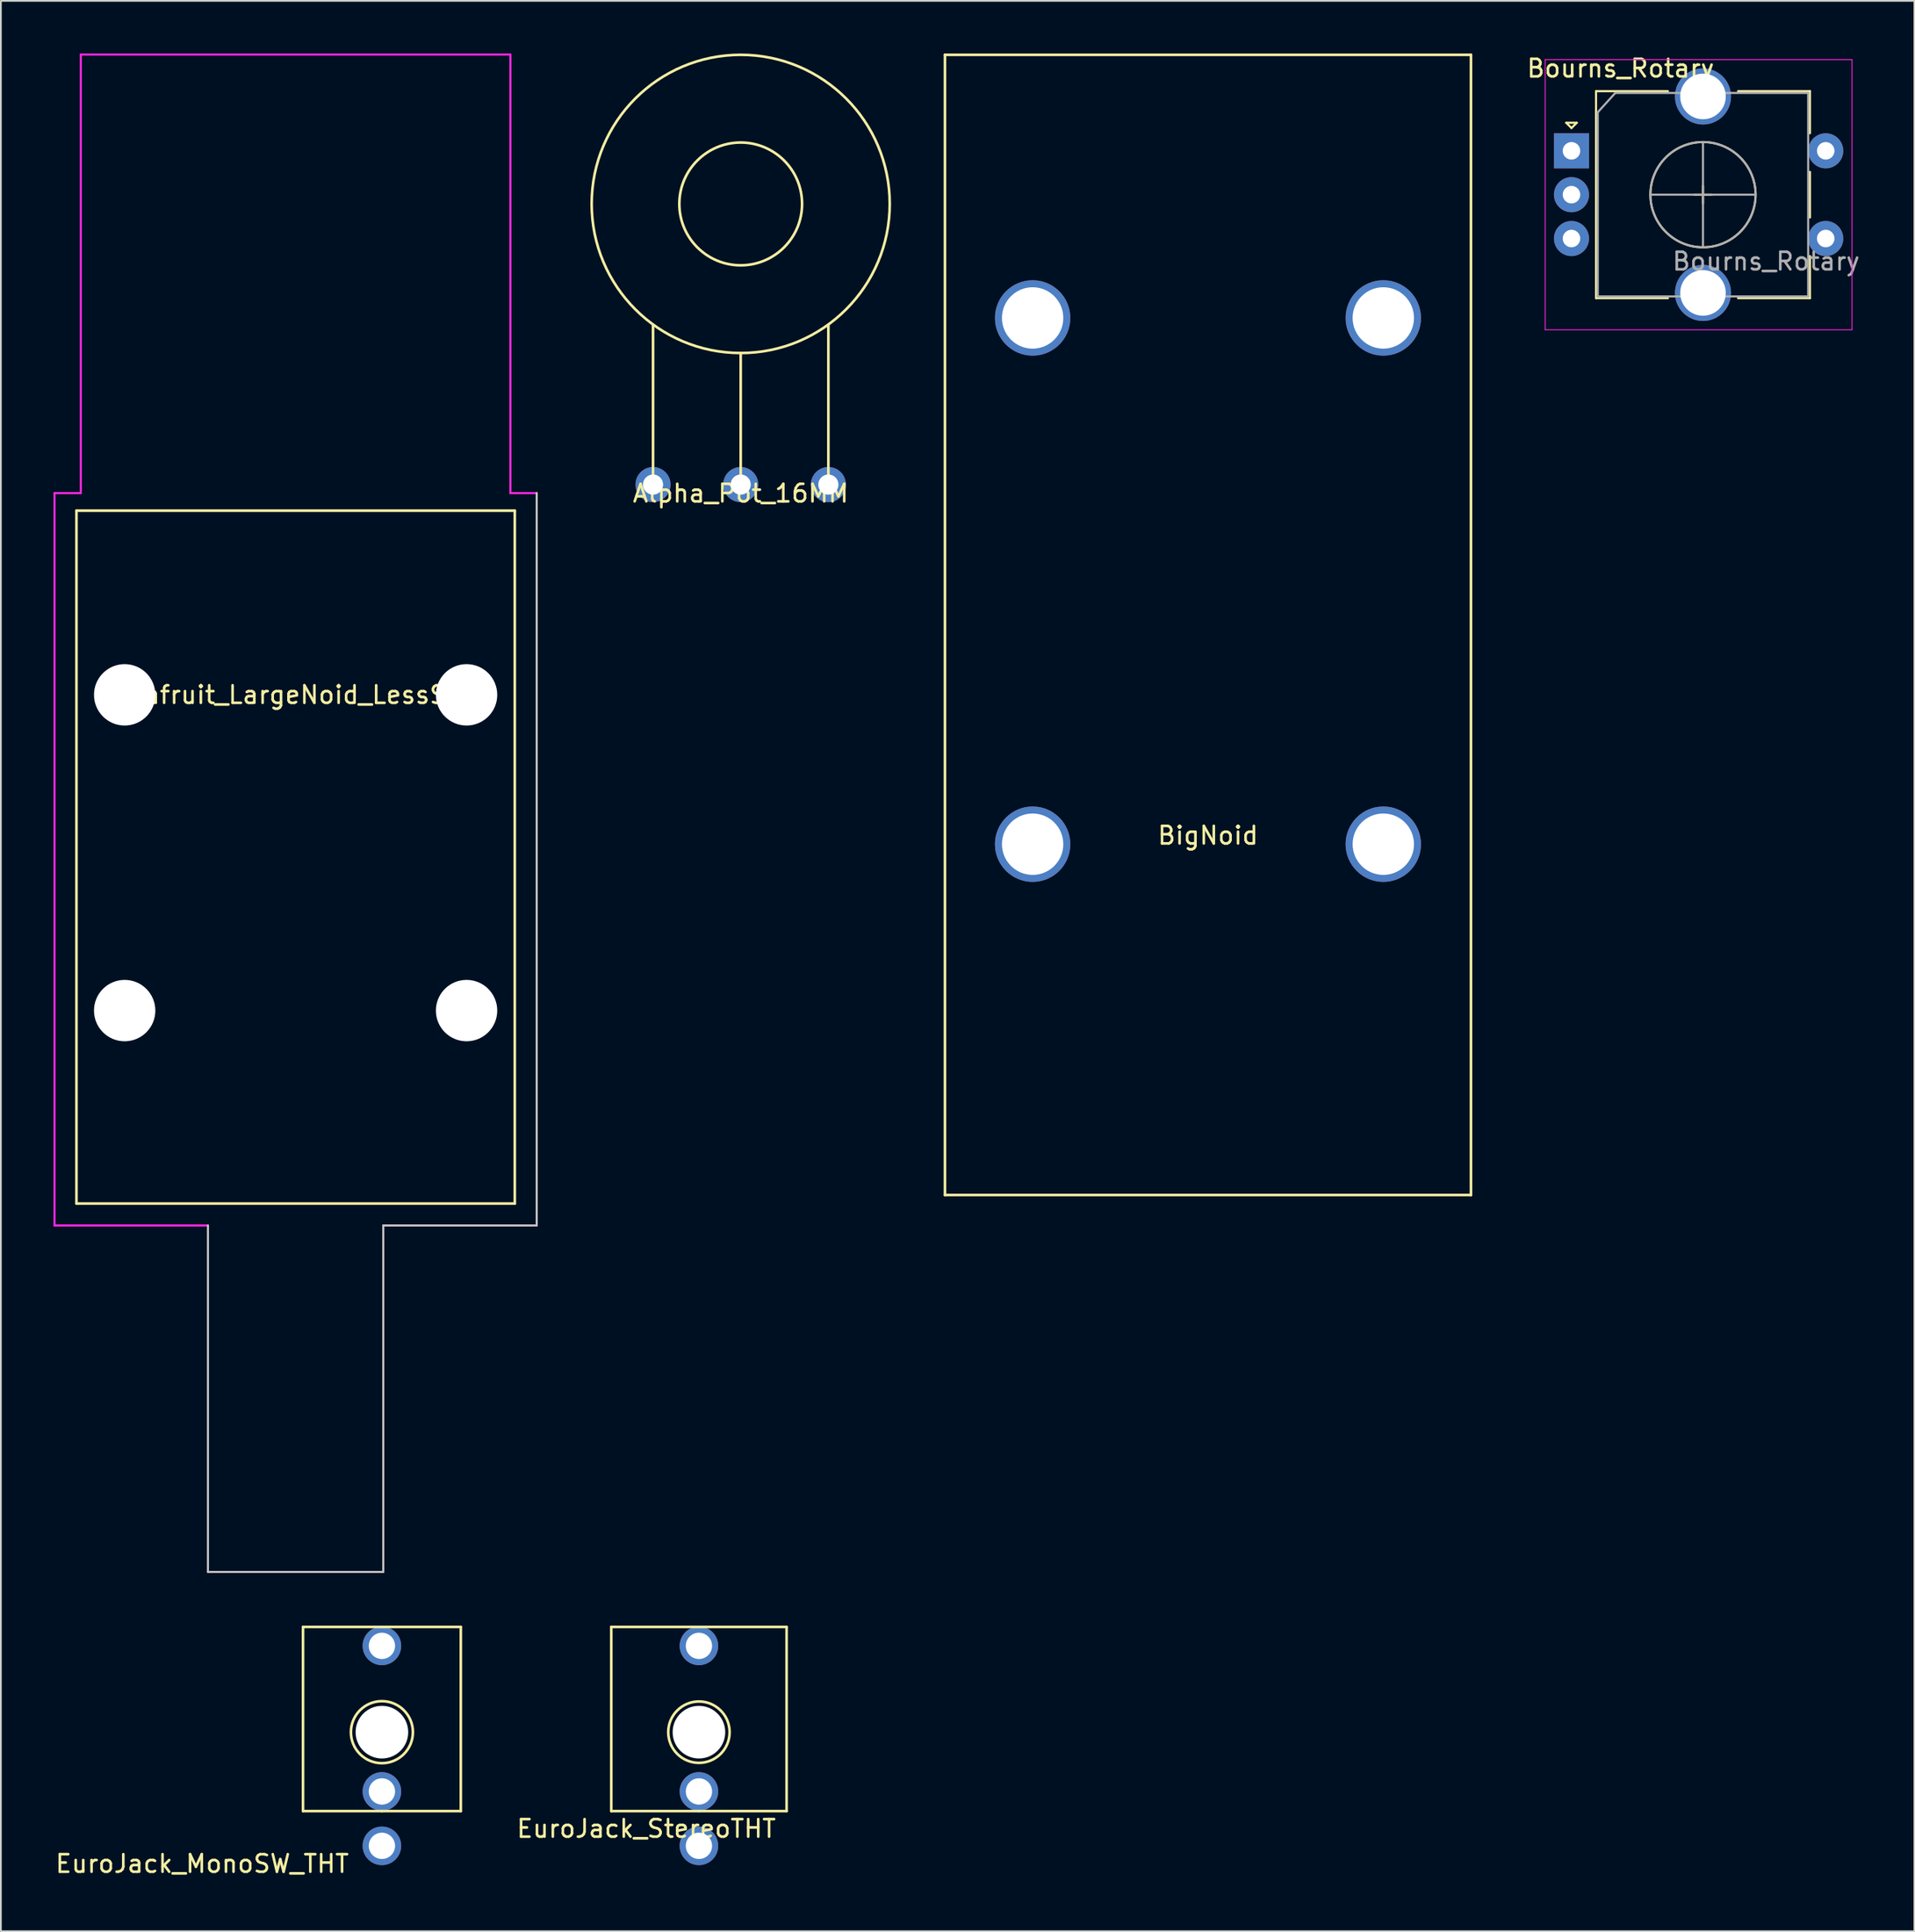
<source format=kicad_pcb>
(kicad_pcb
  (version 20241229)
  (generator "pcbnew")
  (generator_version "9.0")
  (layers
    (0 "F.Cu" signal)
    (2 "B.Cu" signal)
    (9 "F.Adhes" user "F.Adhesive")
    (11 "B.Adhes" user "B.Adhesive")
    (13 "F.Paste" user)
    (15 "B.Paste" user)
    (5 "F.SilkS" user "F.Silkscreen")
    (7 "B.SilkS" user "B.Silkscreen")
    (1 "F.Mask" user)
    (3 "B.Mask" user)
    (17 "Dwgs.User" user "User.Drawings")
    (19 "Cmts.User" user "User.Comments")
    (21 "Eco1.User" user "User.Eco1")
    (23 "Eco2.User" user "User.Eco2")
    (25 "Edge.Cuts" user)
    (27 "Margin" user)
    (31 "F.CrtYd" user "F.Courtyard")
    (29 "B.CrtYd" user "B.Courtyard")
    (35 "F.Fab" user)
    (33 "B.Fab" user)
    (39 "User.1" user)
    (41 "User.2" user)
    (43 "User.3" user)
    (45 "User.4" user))
  (footprint "Alpha_Pot_16MM"
    (layer "F.Cu")
    (at 39.195 24.575)
    (property "Reference" "Alpha_Pot_16MM" (at 0 0.5 0) (layer "F.SilkS") (effects (font (size 1 1) (thickness 0.15))))
    (attr through_hole)
    (fp_line (start -5 0) (end -5 -9.1) (stroke (width 0.15) (type solid)) (layer "F.SilkS"))
    (fp_line (start 0 0) (end 0 -7.5) (stroke (width 0.15) (type solid)) (layer "F.SilkS"))
    (fp_line (start 5 0) (end 5 -9.1) (stroke (width 0.15) (type solid)) (layer "F.SilkS"))
    (fp_circle (center 0 -16) (end 0 -12.5) (stroke (width 0.15) (type solid)) (fill no) (layer "F.SilkS"))
    (fp_circle (center 0 -16) (end 0 -7.5) (stroke (width 0.15) (type solid)) (fill no) (layer "F.SilkS"))
    (pad "1" thru_hole circle (at -5 0) (size 2 2) (drill 1.15) (layers "*.Cu" "*.Mask"))
    (pad "2" thru_hole circle (at 0 0) (size 2 2) (drill 1.15) (layers "*.Cu" "*.Mask"))
    (pad "3" thru_hole circle (at 5 0) (size 2 2) (drill 1.15) (layers "*.Cu" "*.Mask")))
  (footprint "Adafruit_LargeNoid_LessSilk"
    (layer "F.Cu")
    (at 13.81 36.56)
    (property "Reference" "Adafruit_LargeNoid_LessSilk" (at 0 0 0) (layer "F.SilkS") (effects (font (size 1 1) (thickness 0.15))))
    (attr through_hole)
    (fp_line (start -12.5 -10.5) (end -12.5 29) (stroke (width 0.15) (type solid)) (layer "F.SilkS"))
    (fp_line (start -12.5 29) (end 12.5 29) (stroke (width 0.15) (type solid)) (layer "F.SilkS"))
    (fp_line (start 12.5 -10.5) (end -12.5 -10.5) (stroke (width 0.15) (type solid)) (layer "F.SilkS"))
    (fp_line (start 12.5 29) (end 12.5 -10.5) (stroke (width 0.15) (type solid)) (layer "F.SilkS"))
    (fp_line (start -5 30.25) (end -5 50) (stroke (width 0.12) (type solid)) (layer "Dwgs.User"))
    (fp_line (start -5 50) (end 5 50) (stroke (width 0.12) (type solid)) (layer "Dwgs.User"))
    (fp_line (start 5 30.25) (end 13.75 30.25) (stroke (width 0.12) (type solid)) (layer "Dwgs.User"))
    (fp_line (start 5 50) (end 5 30.25) (stroke (width 0.12) (type solid)) (layer "Dwgs.User"))
    (fp_line (start 13.75 30.25) (end 13.75 -11.5) (stroke (width 0.12) (type solid)) (layer "Dwgs.User"))
    (fp_line (start -13.75 -11.5) (end -13.75 30.25) (stroke (width 0.12) (type solid)) (layer "F.CrtYd"))
    (fp_line (start -13.75 -11.5) (end -12.25 -11.5) (stroke (width 0.12) (type solid)) (layer "F.CrtYd"))
    (fp_line (start -13.75 30.25) (end -5 30.25) (stroke (width 0.12) (type solid)) (layer "F.CrtYd"))
    (fp_line (start -12.25 -36.5) (end 12.25 -36.5) (stroke (width 0.12) (type solid)) (layer "F.CrtYd"))
    (fp_line (start -12.25 -11.5) (end -12.25 -36.5) (stroke (width 0.12) (type solid)) (layer "F.CrtYd"))
    (fp_line (start 12.25 -11.5) (end 12.25 -36.5) (stroke (width 0.12) (type solid)) (layer "F.CrtYd"))
    (fp_line (start 13.75 -11.5) (end 12.25 -11.5) (stroke (width 0.12) (type solid)) (layer "F.CrtYd"))
    (pad "" np_thru_hole circle (at -9.75 0) (size 3.5 3.5) (drill 3.5) (layers "*.Cu" "*.Mask"))
    (pad "" np_thru_hole circle (at -9.75 18) (size 3.5 3.5) (drill 3.5) (layers "*.Cu" "*.Mask"))
    (pad "" np_thru_hole circle (at 9.75 0) (size 3.5 3.5) (drill 3.5) (layers "*.Cu" "*.Mask"))
    (pad "" np_thru_hole circle (at 9.75 18) (size 3.5 3.5) (drill 3.5) (layers "*.Cu" "*.Mask")))
  (footprint "EuroJack_MonoSW_THT"
    (layer "F.Cu")
    (at 18.732 95.695)
    (property "Reference" "EuroJack_MonoSW_THT" (at -10.25 7.5 0) (layer "F.SilkS") (effects (font (size 1 1) (thickness 0.15))))
    (attr through_hole)
    (fp_line (start -4.5 -6) (end 4.5 -6) (stroke (width 0.15) (type solid)) (layer "F.SilkS"))
    (fp_line (start -4.5 4.5) (end -4.5 -6) (stroke (width 0.15) (type solid)) (layer "F.SilkS"))
    (fp_line (start 0 4.5) (end -4.5 4.5) (stroke (width 0.15) (type solid)) (layer "F.SilkS"))
    (fp_line (start 4.5 -6) (end 4.5 4.5) (stroke (width 0.15) (type solid)) (layer "F.SilkS"))
    (fp_line (start 4.5 4.5) (end 0 4.5) (stroke (width 0.15) (type solid)) (layer "F.SilkS"))
    (fp_circle (center 0 0) (end 0.25 1.75) (stroke (width 0.15) (type solid)) (fill no) (layer "F.SilkS"))
    (pad "" np_thru_hole circle (at 0 0) (size 3 3) (drill 3) (layers "*.Cu" "*.Mask"))
    (pad "1" thru_hole circle (at 0 -4.92) (size 2.2 2.2) (drill 1.5) (layers "*.Cu" "*.Mask"))
    (pad "2" thru_hole circle (at 0 6.48) (size 2.2 2.2) (drill 1.5) (layers "*.Cu" "*.Mask"))
    (pad "3" thru_hole circle (at 0 3.38) (size 2.2 2.2) (drill 1.5) (layers "*.Cu" "*.Mask")))
  (footprint "BigNoid"
    (layer "F.Cu")
    (at 65.845 65.075)
    (property "Reference" "BigNoid" (at 0 -20.5 0) (layer "F.SilkS") (effects (font (size 1 1) (thickness 0.15))))
    (attr through_hole)
    (fp_line (start -15 -65) (end 15 -65) (stroke (width 0.15) (type solid)) (layer "F.SilkS"))
    (fp_line (start -15 0) (end -15 -65) (stroke (width 0.15) (type solid)) (layer "F.SilkS"))
    (fp_line (start -15 0) (end 15 0) (stroke (width 0.15) (type solid)) (layer "F.SilkS"))
    (fp_line (start 15 -65) (end 15 0) (stroke (width 0.15) (type solid)) (layer "F.SilkS"))
    (pad "" np_thru_hole circle (at -10 -50) (size 4.3 4.3) (drill 3.5) (layers "*.Cu" "*.Mask"))
    (pad "" np_thru_hole circle (at -10 -20) (size 4.3 4.3) (drill 3.5) (layers "*.Cu" "*.Mask"))
    (pad "" np_thru_hole circle (at 10 -50) (size 4.3 4.3) (drill 3.5) (layers "*.Cu" "*.Mask"))
    (pad "" np_thru_hole circle (at 10 -20) (size 4.3 4.3) (drill 3.5) (layers "*.Cu" "*.Mask")))
  (footprint "Bourns_Rotary"
    (layer "F.Cu")
    (at 86.578 5.548)
    (property "Reference" "Bourns_Rotary" (at 2.8 -4.7 0) (layer "F.SilkS") (effects (font (size 1 1) (thickness 0.15))))
    (attr through_hole)
    (fp_line (start -0.3 -1.6) (end 0.3 -1.6) (stroke (width 0.12) (type solid)) (layer "F.SilkS"))
    (fp_line (start 0 -1.3) (end -0.3 -1.6) (stroke (width 0.12) (type solid)) (layer "F.SilkS"))
    (fp_line (start 0.3 -1.6) (end 0 -1.3) (stroke (width 0.12) (type solid)) (layer "F.SilkS"))
    (fp_line (start 1.4 -3.4) (end 1.4 8.4) (stroke (width 0.12) (type solid)) (layer "F.SilkS"))
    (fp_line (start 5.5 -3.4) (end 1.4 -3.4) (stroke (width 0.12) (type solid)) (layer "F.SilkS"))
    (fp_line (start 5.5 8.4) (end 1.4 8.4) (stroke (width 0.12) (type solid)) (layer "F.SilkS"))
    (fp_line (start 7 2.5) (end 8 2.5) (stroke (width 0.12) (type solid)) (layer "F.SilkS"))
    (fp_line (start 7.5 2) (end 7.5 3) (stroke (width 0.12) (type solid)) (layer "F.SilkS"))
    (fp_line (start 9.5 -3.4) (end 13.6 -3.4) (stroke (width 0.12) (type solid)) (layer "F.SilkS"))
    (fp_line (start 13.6 -3.4) (end 13.6 -1) (stroke (width 0.12) (type solid)) (layer "F.SilkS"))
    (fp_line (start 13.6 1.2) (end 13.6 3.8) (stroke (width 0.12) (type solid)) (layer "F.SilkS"))
    (fp_line (start 13.6 6) (end 13.6 8.4) (stroke (width 0.12) (type solid)) (layer "F.SilkS"))
    (fp_line (start 13.6 8.4) (end 9.5 8.4) (stroke (width 0.12) (type solid)) (layer "F.SilkS"))
    (fp_circle (center 7.5 2.5) (end 10.5 2.5) (stroke (width 0.12) (type solid)) (fill no) (layer "F.SilkS"))
    (fp_line (start -1.5 -5.2) (end -1.5 10.2) (stroke (width 0.05) (type solid)) (layer "F.CrtYd"))
    (fp_line (start -1.5 -5.2) (end 16 -5.2) (stroke (width 0.05) (type solid)) (layer "F.CrtYd"))
    (fp_line (start 16 10.2) (end -1.5 10.2) (stroke (width 0.05) (type solid)) (layer "F.CrtYd"))
    (fp_line (start 16 10.2) (end 16 -5.2) (stroke (width 0.05) (type solid)) (layer "F.CrtYd"))
    (fp_line (start 1.5 -2.2) (end 2.5 -3.3) (stroke (width 0.12) (type solid)) (layer "F.Fab"))
    (fp_line (start 1.5 8.3) (end 1.5 -2.2) (stroke (width 0.12) (type solid)) (layer "F.Fab"))
    (fp_line (start 2.5 -3.3) (end 13.5 -3.3) (stroke (width 0.12) (type solid)) (layer "F.Fab"))
    (fp_line (start 4.5 2.5) (end 10.5 2.5) (stroke (width 0.12) (type solid)) (layer "F.Fab"))
    (fp_line (start 7.5 -0.5) (end 7.5 5.5) (stroke (width 0.12) (type solid)) (layer "F.Fab"))
    (fp_line (start 13.5 -3.3) (end 13.5 8.3) (stroke (width 0.12) (type solid)) (layer "F.Fab"))
    (fp_line (start 13.5 8.3) (end 1.5 8.3) (stroke (width 0.12) (type solid)) (layer "F.Fab"))
    (fp_circle (center 7.5 2.5) (end 10.5 2.5) (stroke (width 0.12) (type solid)) (fill no) (layer "F.Fab"))
    (fp_text user "${REFERENCE}" (at 11.1 6.3 0) (layer "F.Fab") (effects (font (size 1 1) (thickness 0.15))))
    (pad "" thru_hole circle (at 7.5 -3.1) (size 3.2 3.2) (drill 2.6) (layers "*.Cu" "*.Mask"))
    (pad "" thru_hole circle (at 7.5 8.1) (size 3.2 3.2) (drill 2.6) (layers "*.Cu" "*.Mask"))
    (pad "A" thru_hole rect (at 0 0) (size 2 2) (drill 1) (layers "*.Cu" "*.Mask"))
    (pad "B" thru_hole circle (at 0 5) (size 2 2) (drill 1) (layers "*.Cu" "*.Mask"))
    (pad "C" thru_hole circle (at 0 2.5) (size 2 2) (drill 1) (layers "*.Cu" "*.Mask"))
    (pad "S1" thru_hole circle (at 14.5 0) (size 2 2) (drill 1) (layers "*.Cu" "*.Mask"))
    (pad "S2" thru_hole circle (at 14.5 5) (size 2 2) (drill 1) (layers "*.Cu" "*.Mask")))
  (footprint "EuroJack_StereoTHT"
    (layer "F.Cu")
    (at 36.813 95.695)
    (property "Reference" "EuroJack_StereoTHT" (at -3 5.5 0) (layer "F.SilkS") (effects (font (size 1 1) (thickness 0.15))))
    (attr through_hole)
    (fp_line (start -5 -6) (end 5 -6) (stroke (width 0.15) (type solid)) (layer "F.SilkS"))
    (fp_line (start -5 4.5) (end -5 -6) (stroke (width 0.15) (type solid)) (layer "F.SilkS"))
    (fp_line (start 0 4.5) (end -5 4.5) (stroke (width 0.15) (type solid)) (layer "F.SilkS"))
    (fp_line (start 5 -6) (end 5 4.5) (stroke (width 0.15) (type solid)) (layer "F.SilkS"))
    (fp_line (start 5 4.5) (end 0 4.5) (stroke (width 0.15) (type solid)) (layer "F.SilkS"))
    (fp_circle (center 0 0) (end 0 1.75) (stroke (width 0.15) (type solid)) (fill no) (layer "F.SilkS"))
    (pad "" np_thru_hole circle (at 0 0) (size 3 3) (drill 3) (layers "*.Cu" "*.Mask"))
    (pad "1" thru_hole circle (at 0 -4.92) (size 2.2 2.2) (drill 1.5) (layers "*.Cu" "*.Mask"))
    (pad "2" thru_hole circle (at 0 3.38) (size 2.2 2.2) (drill 1.5) (layers "*.Cu" "*.Mask"))
    (pad "3" thru_hole circle (at 0 6.48) (size 2.2 2.2) (drill 1.5) (layers "*.Cu" "*.Mask")))
  (gr_rect
    (start -3 -3)
    (end 106.137 107.043)
    (stroke (width 0.1) (type default))
    (fill no)
    (layer "Edge.Cuts")))
</source>
